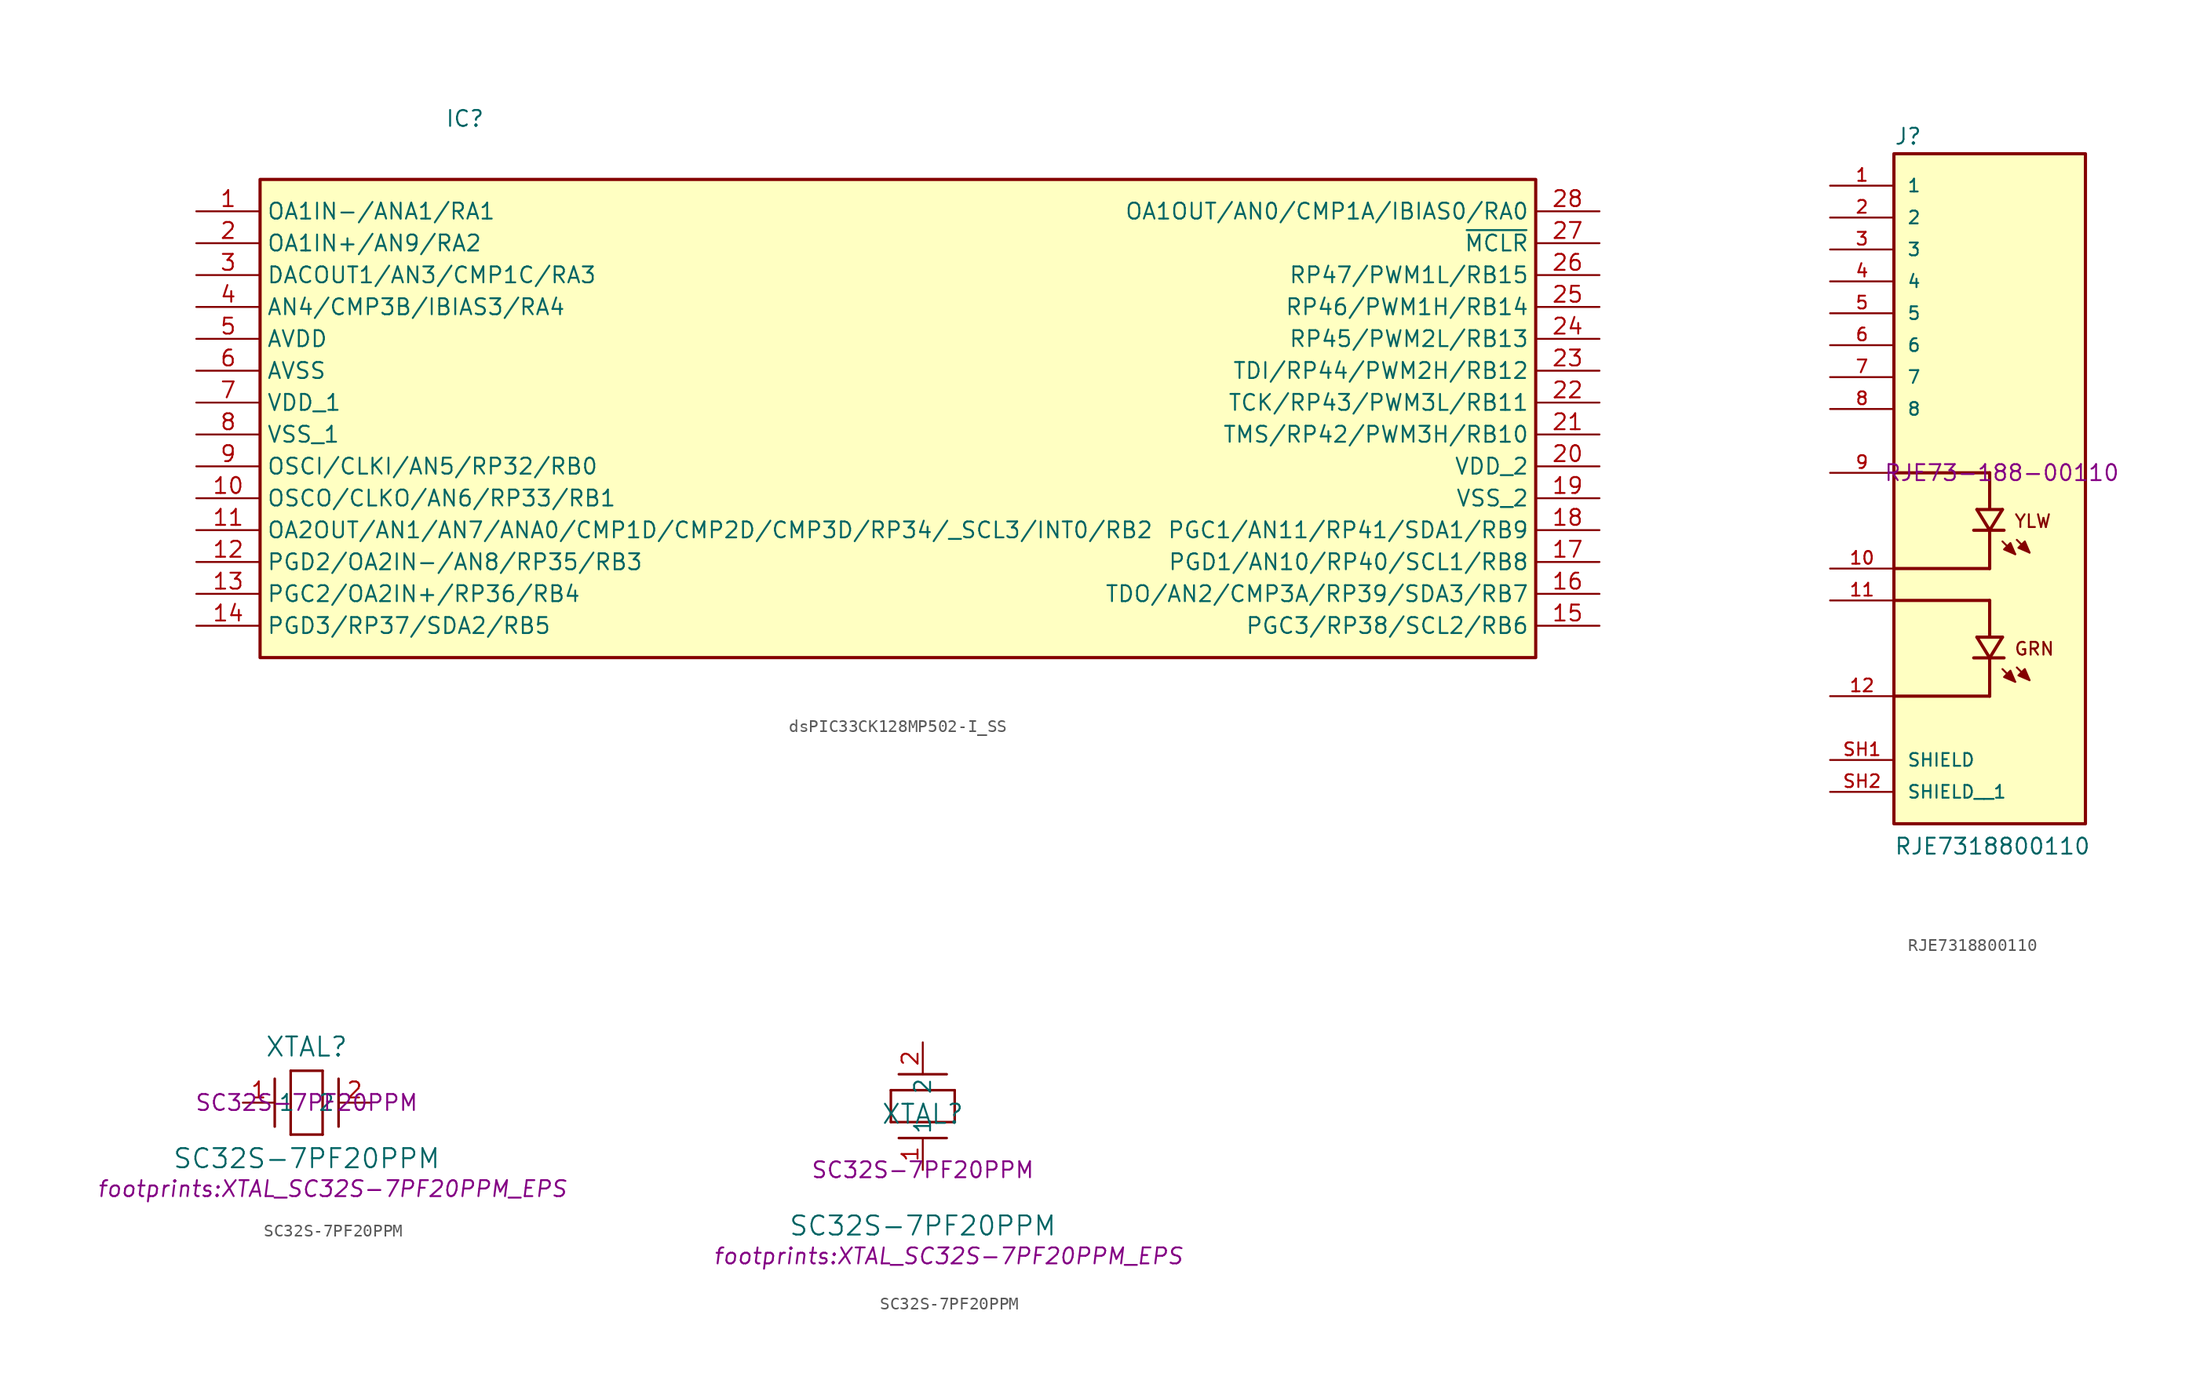
<source format=kicad_sym>
(kicad_symbol_lib
  (version 20241209)
  (generator "kicad_symbol_editor")
  (generator_version "9.0")
  (symbol "dsPIC33CK128MP502-I_SS"
    (property "Reference" "IC"
      (at 19.812 8.128 0)
      (effects (font (size 1.27 1.27)) (justify left top)))
    (symbol "dsPIC33CK128MP502-I_SS_1_1"
      (rectangle (start 5.08 2.54) (end 106.68 -35.56) (stroke (width 0.254) (type default)) (fill (type background)))
      (pin passive line (at 0 0 0) (length 5.08) (name "OA1IN-/ANA1/RA1" (effects (font (size 1.27 1.27)))) (number "1" (effects (font (size 1.27 1.27)))))
      (pin passive line (at 0 -2.54 0) (length 5.08) (name "OA1IN+/AN9/RA2" (effects (font (size 1.27 1.27)))) (number "2" (effects (font (size 1.27 1.27)))))
      (pin passive line (at 0 -5.08 0) (length 5.08) (name "DACOUT1/AN3/CMP1C/RA3" (effects (font (size 1.27 1.27)))) (number "3" (effects (font (size 1.27 1.27)))))
      (pin passive line (at 0 -7.62 0) (length 5.08) (name "AN4/CMP3B/IBIAS3/RA4" (effects (font (size 1.27 1.27)))) (number "4" (effects (font (size 1.27 1.27)))))
      (pin passive line (at 0 -10.16 0) (length 5.08) (name "AVDD" (effects (font (size 1.27 1.27)))) (number "5" (effects (font (size 1.27 1.27)))))
      (pin passive line (at 0 -12.7 0) (length 5.08) (name "AVSS" (effects (font (size 1.27 1.27)))) (number "6" (effects (font (size 1.27 1.27)))))
      (pin passive line (at 0 -15.24 0) (length 5.08) (name "VDD_1" (effects (font (size 1.27 1.27)))) (number "7" (effects (font (size 1.27 1.27)))))
      (pin passive line (at 0 -17.78 0) (length 5.08) (name "VSS_1" (effects (font (size 1.27 1.27)))) (number "8" (effects (font (size 1.27 1.27)))))
      (pin passive line (at 0 -20.32 0) (length 5.08) (name "OSCI/CLKI/AN5/RP32/RB0" (effects (font (size 1.27 1.27)))) (number "9" (effects (font (size 1.27 1.27)))))
      (pin passive line (at 0 -22.86 0) (length 5.08) (name "OSCO/CLKO/AN6/RP33/RB1" (effects (font (size 1.27 1.27)))) (number "10" (effects (font (size 1.27 1.27)))))
      (pin passive line (at 0 -25.4 0) (length 5.08) (name "OA2OUT/AN1/AN7/ANA0/CMP1D/CMP2D/CMP3D/RP34/_SCL3/INT0/RB2" (effects (font (size 1.27 1.27)))) (number "11" (effects (font (size 1.27 1.27)))))
      (pin passive line (at 0 -27.94 0) (length 5.08) (name "PGD2/OA2IN-/AN8/RP35/RB3" (effects (font (size 1.27 1.27)))) (number "12" (effects (font (size 1.27 1.27)))))
      (pin passive line (at 0 -30.48 0) (length 5.08) (name "PGC2/OA2IN+/RP36/RB4" (effects (font (size 1.27 1.27)))) (number "13" (effects (font (size 1.27 1.27)))))
      (pin passive line (at 0 -33.02 0) (length 5.08) (name "PGD3/RP37/SDA2/RB5" (effects (font (size 1.27 1.27)))) (number "14" (effects (font (size 1.27 1.27)))))
      (pin passive line (at 111.76 0 180) (length 5.08) (name "OA1OUT/AN0/CMP1A/IBIAS0/RA0" (effects (font (size 1.27 1.27)))) (number "28" (effects (font (size 1.27 1.27)))))
      (pin passive line (at 111.76 -2.54 180) (length 5.08) (name "~{MCLR}" (effects (font (size 1.27 1.27)))) (number "27" (effects (font (size 1.27 1.27)))))
      (pin passive line (at 111.76 -5.08 180) (length 5.08) (name "RP47/PWM1L/RB15" (effects (font (size 1.27 1.27)))) (number "26" (effects (font (size 1.27 1.27)))))
      (pin passive line (at 111.76 -7.62 180) (length 5.08) (name "RP46/PWM1H/RB14" (effects (font (size 1.27 1.27)))) (number "25" (effects (font (size 1.27 1.27)))))
      (pin passive line (at 111.76 -10.16 180) (length 5.08) (name "RP45/PWM2L/RB13" (effects (font (size 1.27 1.27)))) (number "24" (effects (font (size 1.27 1.27)))))
      (pin passive line (at 111.76 -12.7 180) (length 5.08) (name "TDI/RP44/PWM2H/RB12" (effects (font (size 1.27 1.27)))) (number "23" (effects (font (size 1.27 1.27)))))
      (pin passive line (at 111.76 -15.24 180) (length 5.08) (name "TCK/RP43/PWM3L/RB11" (effects (font (size 1.27 1.27)))) (number "22" (effects (font (size 1.27 1.27)))))
      (pin passive line (at 111.76 -17.78 180) (length 5.08) (name "TMS/RP42/PWM3H/RB10" (effects (font (size 1.27 1.27)))) (number "21" (effects (font (size 1.27 1.27)))))
      (pin passive line (at 111.76 -20.32 180) (length 5.08) (name "VDD_2" (effects (font (size 1.27 1.27)))) (number "20" (effects (font (size 1.27 1.27)))))
      (pin passive line (at 111.76 -22.86 180) (length 5.08) (name "VSS_2" (effects (font (size 1.27 1.27)))) (number "19" (effects (font (size 1.27 1.27)))))
      (pin passive line (at 111.76 -25.4 180) (length 5.08) (name "PGC1/AN11/RP41/SDA1/RB9" (effects (font (size 1.27 1.27)))) (number "18" (effects (font (size 1.27 1.27)))))
      (pin passive line (at 111.76 -27.94 180) (length 5.08) (name "PGD1/AN10/RP40/SCL1/RB8" (effects (font (size 1.27 1.27)))) (number "17" (effects (font (size 1.27 1.27)))))
      (pin passive line (at 111.76 -30.48 180) (length 5.08) (name "TDO/AN2/CMP3A/RP39/SDA3/RB7" (effects (font (size 1.27 1.27)))) (number "16" (effects (font (size 1.27 1.27)))))
      (pin passive line (at 111.76 -33.02 180) (length 5.08) (name "PGC3/RP38/SCL2/RB6" (effects (font (size 1.27 1.27)))) (number "15" (effects (font (size 1.27 1.27)))))))
  (symbol "RJE7318800110"
    (pin_names
      (offset 1.016))
    (property "Reference" "J"
      (at -7.62 26.035 0)
      (effects (font (size 1.27 1.27)) (justify left bottom)))
    (property "Value" "RJE7318800110"
      (at -7.62 -30.48 0)
      (effects (font (size 1.27 1.27)) (justify left bottom)))
    (property "ManufacturerPartNumber" "  RJE73-188-00110"
      (at 0 0 0)
      (effects (font (size 1.27 1.27))))
    (symbol "RJE7318800110_0_0"
      (rectangle (start -7.62 -27.94) (end 7.62 25.4) (stroke (width 0.254) (type default)) (fill (type background)))
      (polyline (pts (xy 0 0) (xy -7.62 0)) (stroke (width 0.254) (type default)) (fill (type none)))
      (polyline (pts (xy 0 0) (xy 0 -2.794)) (stroke (width 0.254) (type default)) (fill (type none)))
      (polyline (pts (xy 0 -4.572) (xy -1.27 -4.572)) (stroke (width 0.254) (type default)) (fill (type none)))
      (polyline (pts (xy 0 -4.572) (xy -1.016 -2.921)) (stroke (width 0.254) (type default)) (fill (type none)))
      (polyline (pts (xy 0 -4.699) (xy 0 -7.62)) (stroke (width 0.254) (type default)) (fill (type none)))
      (polyline (pts (xy 0 -7.62) (xy -7.62 -7.62)) (stroke (width 0.254) (type default)) (fill (type none)))
      (polyline (pts (xy 0 -10.16) (xy -7.62 -10.16)) (stroke (width 0.254) (type default)) (fill (type none)))
      (polyline (pts (xy 0 -10.16) (xy 0 -12.954)) (stroke (width 0.254) (type default)) (fill (type none)))
      (polyline (pts (xy 0 -14.732) (xy -1.27 -14.732)) (stroke (width 0.254) (type default)) (fill (type none)))
      (polyline (pts (xy 0 -14.732) (xy -1.016 -13.081)) (stroke (width 0.254) (type default)) (fill (type none)))
      (polyline (pts (xy 0 -14.859) (xy 0 -17.78)) (stroke (width 0.254) (type default)) (fill (type none)))
      (polyline (pts (xy 0 -17.78) (xy -7.62 -17.78)) (stroke (width 0.254) (type default)) (fill (type none)))
      (polyline (pts (xy 1.016 -2.921) (xy -1.016 -2.921)) (stroke (width 0.254) (type default)) (fill (type none)))
      (polyline (pts (xy 1.016 -2.921) (xy 0 -4.572)) (stroke (width 0.254) (type default)) (fill (type none)))
      (polyline (pts (xy 1.016 -5.461) (xy 2.032 -6.477)) (stroke (width 0.152) (type default)) (fill (type none)))
      (polyline (pts (xy 1.016 -13.081) (xy -1.016 -13.081)) (stroke (width 0.254) (type default)) (fill (type none)))
      (polyline (pts (xy 1.016 -13.081) (xy 0 -14.732)) (stroke (width 0.254) (type default)) (fill (type none)))
      (polyline (pts (xy 1.016 -15.621) (xy 2.032 -16.637)) (stroke (width 0.152) (type default)) (fill (type none)))
      (polyline (pts (xy 1.143 -4.572) (xy 0 -4.572)) (stroke (width 0.254) (type default)) (fill (type none)))
      (polyline (pts (xy 1.143 -14.732) (xy 0 -14.732)) (stroke (width 0.254) (type default)) (fill (type none)))
      (polyline (pts (xy 2.032 -6.477) (xy 1.143 -6.096) (xy 1.651 -5.588) (xy 2.032 -6.477)) (stroke (width 0.152) (type default)) (fill (type outline)))
      (polyline (pts (xy 2.032 -16.637) (xy 1.143 -16.256) (xy 1.651 -15.748) (xy 2.032 -16.637)) (stroke (width 0.152) (type default)) (fill (type outline)))
      (polyline (pts (xy 2.159 -5.334) (xy 3.175 -6.35)) (stroke (width 0.152) (type default)) (fill (type none)))
      (polyline (pts (xy 2.159 -15.494) (xy 3.175 -16.51)) (stroke (width 0.152) (type default)) (fill (type none)))
      (polyline (pts (xy 3.175 -6.35) (xy 2.286 -5.969) (xy 2.794 -5.461) (xy 3.175 -6.35)) (stroke (width 0.152) (type default)) (fill (type outline)))
      (polyline (pts (xy 3.175 -16.51) (xy 2.286 -16.129) (xy 2.794 -15.621) (xy 3.175 -16.51)) (stroke (width 0.152) (type default)) (fill (type outline)))
      (text "YLW" (at 1.905 -4.445 0) (effects (font (size 1.016 1.016)) (justify left bottom)))
      (text "GRN" (at 1.905 -14.605 0) (effects (font (size 1.016 1.016)) (justify left bottom)))
      (pin passive line (at -12.7 22.86 0) (length 5.08) (name "1" (effects (font (size 1.016 1.016)))) (number "1" (effects (font (size 1.016 1.016)))))
      (pin passive line (at -12.7 20.32 0) (length 5.08) (name "2" (effects (font (size 1.016 1.016)))) (number "2" (effects (font (size 1.016 1.016)))))
      (pin passive line (at -12.7 17.78 0) (length 5.08) (name "3" (effects (font (size 1.016 1.016)))) (number "3" (effects (font (size 1.016 1.016)))))
      (pin passive line (at -12.7 15.24 0) (length 5.08) (name "4" (effects (font (size 1.016 1.016)))) (number "4" (effects (font (size 1.016 1.016)))))
      (pin passive line (at -12.7 12.7 0) (length 5.08) (name "5" (effects (font (size 1.016 1.016)))) (number "5" (effects (font (size 1.016 1.016)))))
      (pin passive line (at -12.7 10.16 0) (length 5.08) (name "6" (effects (font (size 1.016 1.016)))) (number "6" (effects (font (size 1.016 1.016)))))
      (pin passive line (at -12.7 7.62 0) (length 5.08) (name "7" (effects (font (size 1.016 1.016)))) (number "7" (effects (font (size 1.016 1.016)))))
      (pin passive line (at -12.7 5.08 0) (length 5.08) (name "8" (effects (font (size 1.016 1.016)))) (number "8" (effects (font (size 1.016 1.016)))))
      (pin passive line (at -12.7 0 0) (length 5.08) (name "~" (effects (font (size 1.016 1.016)))) (number "9" (effects (font (size 1.016 1.016)))))
      (pin passive line (at -12.7 -7.62 0) (length 5.08) (name "~" (effects (font (size 1.016 1.016)))) (number "10" (effects (font (size 1.016 1.016)))))
      (pin passive line (at -12.7 -10.16 0) (length 5.08) (name "~" (effects (font (size 1.016 1.016)))) (number "11" (effects (font (size 1.016 1.016)))))
      (pin passive line (at -12.7 -17.78 0) (length 5.08) (name "~" (effects (font (size 1.016 1.016)))) (number "12" (effects (font (size 1.016 1.016)))))
      (pin passive line (at -12.7 -22.86 0) (length 5.08) (name "SHIELD" (effects (font (size 1.016 1.016)))) (number "SH1" (effects (font (size 1.016 1.016)))))
      (pin passive line (at -12.7 -25.4 0) (length 5.08) (name "SHIELD__1" (effects (font (size 1.016 1.016)))) (number "SH2" (effects (font (size 1.016 1.016)))))))
  (symbol "SC32S-7PF20PPM"
    (pin_names
      (offset 0.254))
    (property "Reference" "XTAL"
      (at 0 4.445 0)
      (effects (font (size 1.524 1.524))))
    (property "Value" "SC32S-7PF20PPM"
      (at 0 -4.445 0)
      (effects (font (size 1.524 1.524))))
    (property "Footprint" "footprints:XTAL_SC32S-7PF20PPM_EPS"
      (at 2.032 -6.858 0)
      (effects (font (size 1.27 1.27) (italic yes))))
    (property "ManufacturerPartNumber" "SC32S-7PF20PPM"
      (at 0 0 0)
      (effects (font (size 1.27 1.27))))
    (symbol "SC32S-7PF20PPM_1_1"
      (polyline (pts (xy -2.54 -1.905) (xy -2.54 1.905)) (stroke (width 0.203) (type default)) (fill (type none)))
      (polyline (pts (xy -1.27 2.54) (xy 1.27 2.54)) (stroke (width 0.203) (type default)) (fill (type none)))
      (polyline (pts (xy -1.27 -2.54) (xy -1.27 2.54)) (stroke (width 0.203) (type default)) (fill (type none)))
      (polyline (pts (xy 1.27 2.54) (xy 1.27 -2.54)) (stroke (width 0.203) (type default)) (fill (type none)))
      (polyline (pts (xy 1.27 -2.54) (xy -1.27 -2.54)) (stroke (width 0.203) (type default)) (fill (type none)))
      (polyline (pts (xy 2.54 -1.905) (xy 2.54 1.905)) (stroke (width 0.203) (type default)) (fill (type none)))
      (pin unspecified line (at -5.08 0 0) (length 2.54) (name "1" (effects (font (size 1.27 1.27)))) (number "1" (effects (font (size 1.27 1.27)))))
      (pin unspecified line (at 5.08 0 180) (length 2.54) (name "2" (effects (font (size 1.27 1.27)))) (number "2" (effects (font (size 1.27 1.27))))))
    (symbol "SC32S-7PF20PPM_1_2"
      (polyline (pts (xy -2.54 6.35) (xy 2.54 6.35)) (stroke (width 0.203) (type default)) (fill (type none)))
      (polyline (pts (xy -2.54 3.81) (xy -2.54 6.35)) (stroke (width 0.203) (type default)) (fill (type none)))
      (polyline (pts (xy 1.905 7.62) (xy -1.905 7.62)) (stroke (width 0.203) (type default)) (fill (type none)))
      (polyline (pts (xy 1.905 2.54) (xy -1.905 2.54)) (stroke (width 0.203) (type default)) (fill (type none)))
      (polyline (pts (xy 2.54 6.35) (xy 2.54 3.81)) (stroke (width 0.203) (type default)) (fill (type none)))
      (polyline (pts (xy 2.54 3.81) (xy -2.54 3.81)) (stroke (width 0.203) (type default)) (fill (type none)))
      (pin unspecified line (at 0 10.16 270) (length 2.54) (name "2" (effects (font (size 1.27 1.27)))) (number "2" (effects (font (size 1.27 1.27)))))
      (pin unspecified line (at 0 0 90) (length 2.54) (name "1" (effects (font (size 1.27 1.27)))) (number "1" (effects (font (size 1.27 1.27))))))))
</source>
